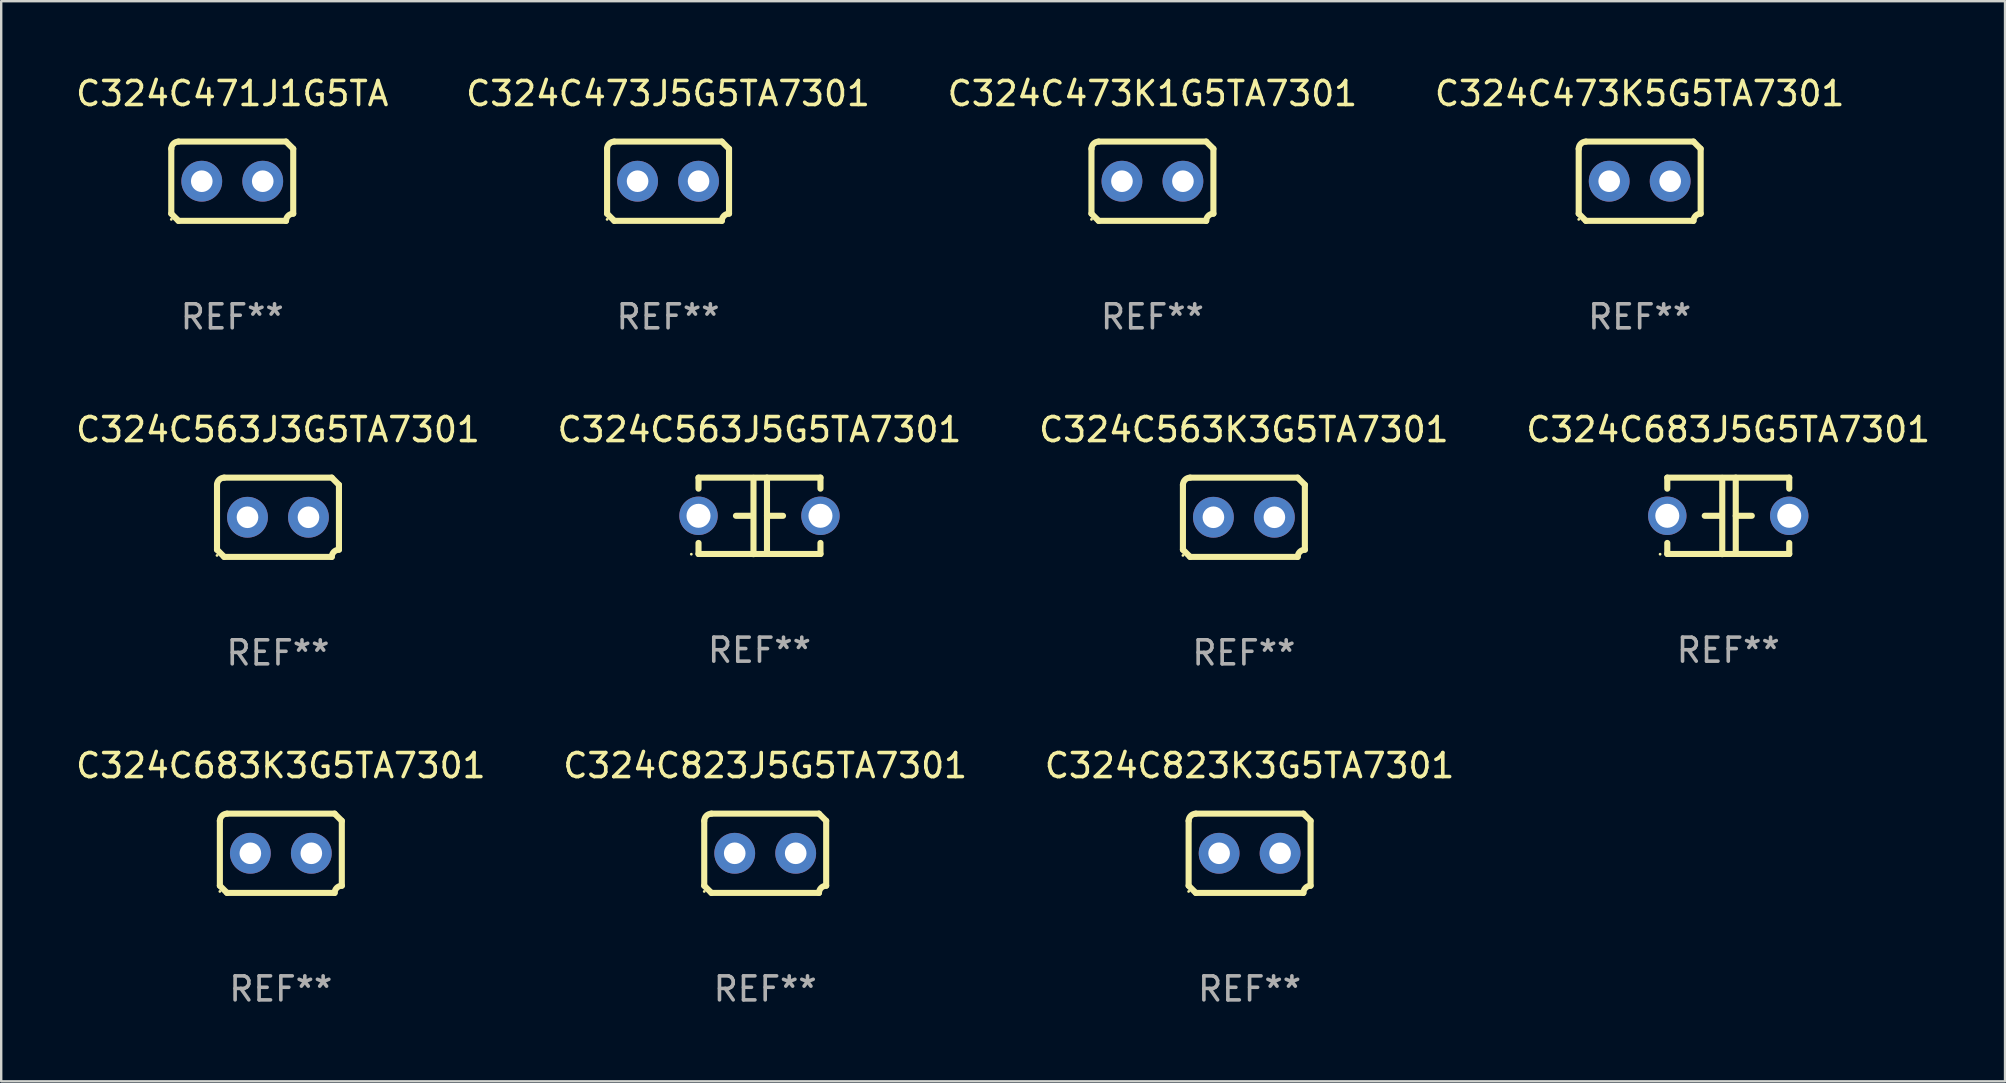
<source format=kicad_pcb>
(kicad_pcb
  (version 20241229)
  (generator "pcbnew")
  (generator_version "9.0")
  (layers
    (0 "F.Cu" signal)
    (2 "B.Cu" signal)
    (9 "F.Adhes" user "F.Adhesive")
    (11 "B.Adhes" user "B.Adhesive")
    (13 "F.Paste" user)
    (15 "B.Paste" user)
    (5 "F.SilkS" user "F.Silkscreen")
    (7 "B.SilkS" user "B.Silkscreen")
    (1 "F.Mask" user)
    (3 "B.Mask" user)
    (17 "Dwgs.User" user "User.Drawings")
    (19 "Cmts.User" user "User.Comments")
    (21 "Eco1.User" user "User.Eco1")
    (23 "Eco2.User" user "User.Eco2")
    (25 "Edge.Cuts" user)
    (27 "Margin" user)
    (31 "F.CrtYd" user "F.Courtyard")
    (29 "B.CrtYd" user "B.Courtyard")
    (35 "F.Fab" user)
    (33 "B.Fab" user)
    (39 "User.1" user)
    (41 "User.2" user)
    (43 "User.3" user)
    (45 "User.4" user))
  (footprint "C324C683J5G5TA7301"
    (layer "F.Cu")
    (at 68.946 18.442)
    (property "Reference" "C324C683J5G5TA7301" (at 0 -3.595 0) (layer "F.SilkS") (effects (font (size 1 1) (thickness 0.15))))
    (attr through_hole)
    (fp_line (start -2.54 -1.595) (end -2.54 -1.136) (stroke (width 0.254) (type solid)) (layer "F.SilkS"))
    (fp_line (start -2.54 -1.595) (end 2.54 -1.595) (stroke (width 0.254) (type solid)) (layer "F.SilkS"))
    (fp_line (start -2.54 1.126) (end -2.54 1.585) (stroke (width 0.254) (type solid)) (layer "F.SilkS"))
    (fp_line (start -0.312 -0.005) (end -0.98 -0.005) (stroke (width 0.254) (type solid)) (layer "F.SilkS"))
    (fp_line (start -0.25 -1.585) (end -0.25 1.595) (stroke (width 0.254) (type solid)) (layer "F.SilkS"))
    (fp_line (start 0.312 -1.595) (end 0.312 1.585) (stroke (width 0.254) (type solid)) (layer "F.SilkS"))
    (fp_line (start 0.312 -0.005) (end 0.98 -0.005) (stroke (width 0.254) (type solid)) (layer "F.SilkS"))
    (fp_line (start 2.54 -1.595) (end 2.54 -1.136) (stroke (width 0.254) (type solid)) (layer "F.SilkS"))
    (fp_line (start 2.54 1.126) (end 2.54 1.585) (stroke (width 0.254) (type solid)) (layer "F.SilkS"))
    (fp_line (start 2.54 1.585) (end -2.54 1.585) (stroke (width 0.254) (type solid)) (layer "F.SilkS"))
    (fp_circle (center -2.84 1.595) (end -2.81 1.595) (stroke (width 0.06) (type solid)) (fill no) (layer "F.SilkS"))
    (fp_text user "REF**" (at 0 5.595 0) (layer "F.Fab") (effects (font (size 1 1) (thickness 0.15))))
    (pad "1" thru_hole circle (at -2.54 -0.005) (size 1.6 1.6) (drill 1) (layers "*.Cu" "*.Mask"))
    (pad "2" thru_hole circle (at 2.54 -0.005) (size 1.6 1.6) (drill 1) (layers "*.Cu" "*.Mask")))
  (footprint "C324C823J5G5TA7301"
    (layer "F.Cu")
    (at 28.827 32.496)
    (property "Reference" "C324C823J5G5TA7301" (at 0 -3.651 0) (layer "F.SilkS") (effects (font (size 1 1) (thickness 0.15))))
    (attr through_hole)
    (fp_line (start -2.54 -1.351) (end -2.54 1.351) (stroke (width 0.254) (type solid)) (layer "F.SilkS"))
    (fp_line (start -2.24 -1.651) (end 2.24 -1.651) (stroke (width 0.254) (type solid)) (layer "F.SilkS"))
    (fp_line (start 2.24 1.651) (end -2.24 1.651) (stroke (width 0.254) (type solid)) (layer "F.SilkS"))
    (fp_line (start 2.54 1.351) (end 2.54 -1.351) (stroke (width 0.254) (type solid)) (layer "F.SilkS"))
    (fp_arc (start -2.540005 -1.351283) (mid -2.450115 -1.561309) (end -2.240005 -1.651003) (stroke (width 0.254001) (type solid)) (layer "F.SilkS"))
    (fp_arc (start -2.240287 1.651001) (mid -2.390163 1.501019) (end -2.540005 1.351003) (stroke (width 0.254001) (type solid)) (layer "F.SilkS"))
    (fp_arc (start 2.240005 1.651003) (mid 2.329934 1.441015) (end 2.540005 1.351282) (stroke (width 0.254001) (type solid)) (layer "F.SilkS"))
    (fp_arc (start 2.540005 -1.351003) (mid 2.389393 -1.500252) (end 2.240284 -1.651003) (stroke (width 0.254001) (type solid)) (layer "F.SilkS"))
    (fp_circle (center -2.54 1.59) (end -2.51 1.59) (stroke (width 0.06) (type solid)) (fill no) (layer "F.SilkS"))
    (fp_text user "REF**" (at 0 5.651 0) (layer "F.Fab") (effects (font (size 1 1) (thickness 0.15))))
    (pad "1" thru_hole circle (at -1.27 0) (size 1.7 1.7) (drill 0.9) (layers "*.Cu" "*.Mask"))
    (pad "2" thru_hole circle (at 1.27 0) (size 1.7 1.7) (drill 0.9) (layers "*.Cu" "*.Mask")))
  (footprint "C324C471J1G5TA"
    (layer "F.Cu")
    (at 6.625 4.499)
    (property "Reference" "C324C471J1G5TA" (at 0 -3.651 0) (layer "F.SilkS") (effects (font (size 1 1) (thickness 0.15))))
    (attr through_hole)
    (fp_line (start -2.54 -1.351) (end -2.54 1.351) (stroke (width 0.254) (type solid)) (layer "F.SilkS"))
    (fp_line (start -2.24 -1.651) (end 2.24 -1.651) (stroke (width 0.254) (type solid)) (layer "F.SilkS"))
    (fp_line (start 2.24 1.651) (end -2.24 1.651) (stroke (width 0.254) (type solid)) (layer "F.SilkS"))
    (fp_line (start 2.54 1.351) (end 2.54 -1.351) (stroke (width 0.254) (type solid)) (layer "F.SilkS"))
    (fp_arc (start -2.540005 -1.351283) (mid -2.450115 -1.561309) (end -2.240005 -1.651003) (stroke (width 0.254001) (type solid)) (layer "F.SilkS"))
    (fp_arc (start -2.240287 1.651001) (mid -2.390163 1.501019) (end -2.540005 1.351003) (stroke (width 0.254001) (type solid)) (layer "F.SilkS"))
    (fp_arc (start 2.240005 1.651003) (mid 2.329934 1.441015) (end 2.540005 1.351282) (stroke (width 0.254001) (type solid)) (layer "F.SilkS"))
    (fp_arc (start 2.540005 -1.351003) (mid 2.389393 -1.500252) (end 2.240284 -1.651003) (stroke (width 0.254001) (type solid)) (layer "F.SilkS"))
    (fp_circle (center -2.54 1.59) (end -2.51 1.59) (stroke (width 0.06) (type solid)) (fill no) (layer "F.SilkS"))
    (fp_text user "REF**" (at 0 5.651 0) (layer "F.Fab") (effects (font (size 1 1) (thickness 0.15))))
    (pad "1" thru_hole circle (at -1.27 0) (size 1.7 1.7) (drill 0.9) (layers "*.Cu" "*.Mask"))
    (pad "2" thru_hole circle (at 1.27 0) (size 1.7 1.7) (drill 0.9) (layers "*.Cu" "*.Mask")))
  (footprint "C324C473K5G5TA7301"
    (layer "F.Cu")
    (at 65.256 4.499)
    (property "Reference" "C324C473K5G5TA7301" (at 0 -3.651 0) (layer "F.SilkS") (effects (font (size 1 1) (thickness 0.15))))
    (attr through_hole)
    (fp_line (start -2.54 -1.351) (end -2.54 1.351) (stroke (width 0.254) (type solid)) (layer "F.SilkS"))
    (fp_line (start -2.24 -1.651) (end 2.24 -1.651) (stroke (width 0.254) (type solid)) (layer "F.SilkS"))
    (fp_line (start 2.24 1.651) (end -2.24 1.651) (stroke (width 0.254) (type solid)) (layer "F.SilkS"))
    (fp_line (start 2.54 1.351) (end 2.54 -1.351) (stroke (width 0.254) (type solid)) (layer "F.SilkS"))
    (fp_arc (start -2.540005 -1.351283) (mid -2.450115 -1.561309) (end -2.240005 -1.651003) (stroke (width 0.254001) (type solid)) (layer "F.SilkS"))
    (fp_arc (start -2.240287 1.651001) (mid -2.390163 1.501019) (end -2.540005 1.351003) (stroke (width 0.254001) (type solid)) (layer "F.SilkS"))
    (fp_arc (start 2.240005 1.651003) (mid 2.329934 1.441015) (end 2.540005 1.351282) (stroke (width 0.254001) (type solid)) (layer "F.SilkS"))
    (fp_arc (start 2.540005 -1.351003) (mid 2.389393 -1.500252) (end 2.240284 -1.651003) (stroke (width 0.254001) (type solid)) (layer "F.SilkS"))
    (fp_circle (center -2.54 1.59) (end -2.51 1.59) (stroke (width 0.06) (type solid)) (fill no) (layer "F.SilkS"))
    (fp_text user "REF**" (at 0 5.651 0) (layer "F.Fab") (effects (font (size 1 1) (thickness 0.15))))
    (pad "1" thru_hole circle (at -1.27 0) (size 1.7 1.7) (drill 0.9) (layers "*.Cu" "*.Mask"))
    (pad "2" thru_hole circle (at 1.27 0) (size 1.7 1.7) (drill 0.9) (layers "*.Cu" "*.Mask")))
  (footprint "C324C563J5G5TA7301"
    (layer "F.Cu")
    (at 28.589 18.442)
    (property "Reference" "C324C563J5G5TA7301" (at 0 -3.595 0) (layer "F.SilkS") (effects (font (size 1 1) (thickness 0.15))))
    (attr through_hole)
    (fp_line (start -2.54 -1.595) (end -2.54 -1.136) (stroke (width 0.254) (type solid)) (layer "F.SilkS"))
    (fp_line (start -2.54 -1.595) (end 2.54 -1.595) (stroke (width 0.254) (type solid)) (layer "F.SilkS"))
    (fp_line (start -2.54 1.126) (end -2.54 1.585) (stroke (width 0.254) (type solid)) (layer "F.SilkS"))
    (fp_line (start -0.312 -0.005) (end -0.98 -0.005) (stroke (width 0.254) (type solid)) (layer "F.SilkS"))
    (fp_line (start -0.25 -1.585) (end -0.25 1.595) (stroke (width 0.254) (type solid)) (layer "F.SilkS"))
    (fp_line (start 0.312 -1.595) (end 0.312 1.585) (stroke (width 0.254) (type solid)) (layer "F.SilkS"))
    (fp_line (start 0.312 -0.005) (end 0.98 -0.005) (stroke (width 0.254) (type solid)) (layer "F.SilkS"))
    (fp_line (start 2.54 -1.595) (end 2.54 -1.136) (stroke (width 0.254) (type solid)) (layer "F.SilkS"))
    (fp_line (start 2.54 1.126) (end 2.54 1.585) (stroke (width 0.254) (type solid)) (layer "F.SilkS"))
    (fp_line (start 2.54 1.585) (end -2.54 1.585) (stroke (width 0.254) (type solid)) (layer "F.SilkS"))
    (fp_circle (center -2.84 1.595) (end -2.81 1.595) (stroke (width 0.06) (type solid)) (fill no) (layer "F.SilkS"))
    (fp_text user "REF**" (at 0 5.595 0) (layer "F.Fab") (effects (font (size 1 1) (thickness 0.15))))
    (pad "1" thru_hole circle (at -2.54 -0.005) (size 1.6 1.6) (drill 1) (layers "*.Cu" "*.Mask"))
    (pad "2" thru_hole circle (at 2.54 -0.005) (size 1.6 1.6) (drill 1) (layers "*.Cu" "*.Mask")))
  (footprint "C324C683K3G5TA7301"
    (layer "F.Cu")
    (at 8.649 32.496)
    (property "Reference" "C324C683K3G5TA7301" (at 0 -3.651 0) (layer "F.SilkS") (effects (font (size 1 1) (thickness 0.15))))
    (attr through_hole)
    (fp_line (start -2.54 -1.351) (end -2.54 1.351) (stroke (width 0.254) (type solid)) (layer "F.SilkS"))
    (fp_line (start -2.24 -1.651) (end 2.24 -1.651) (stroke (width 0.254) (type solid)) (layer "F.SilkS"))
    (fp_line (start 2.24 1.651) (end -2.24 1.651) (stroke (width 0.254) (type solid)) (layer "F.SilkS"))
    (fp_line (start 2.54 1.351) (end 2.54 -1.351) (stroke (width 0.254) (type solid)) (layer "F.SilkS"))
    (fp_arc (start -2.540005 -1.351283) (mid -2.450115 -1.561309) (end -2.240005 -1.651003) (stroke (width 0.254001) (type solid)) (layer "F.SilkS"))
    (fp_arc (start -2.240287 1.651001) (mid -2.390163 1.501019) (end -2.540005 1.351003) (stroke (width 0.254001) (type solid)) (layer "F.SilkS"))
    (fp_arc (start 2.240005 1.651003) (mid 2.329934 1.441015) (end 2.540005 1.351282) (stroke (width 0.254001) (type solid)) (layer "F.SilkS"))
    (fp_arc (start 2.540005 -1.351003) (mid 2.389393 -1.500252) (end 2.240284 -1.651003) (stroke (width 0.254001) (type solid)) (layer "F.SilkS"))
    (fp_circle (center -2.54 1.59) (end -2.51 1.59) (stroke (width 0.06) (type solid)) (fill no) (layer "F.SilkS"))
    (fp_text user "REF**" (at 0 5.651 0) (layer "F.Fab") (effects (font (size 1 1) (thickness 0.15))))
    (pad "1" thru_hole circle (at -1.27 0) (size 1.7 1.7) (drill 0.9) (layers "*.Cu" "*.Mask"))
    (pad "2" thru_hole circle (at 1.27 0) (size 1.7 1.7) (drill 0.9) (layers "*.Cu" "*.Mask")))
  (footprint "C324C823K3G5TA7301"
    (layer "F.Cu")
    (at 49.006 32.496)
    (property "Reference" "C324C823K3G5TA7301" (at 0 -3.651 0) (layer "F.SilkS") (effects (font (size 1 1) (thickness 0.15))))
    (attr through_hole)
    (fp_line (start -2.54 -1.351) (end -2.54 1.351) (stroke (width 0.254) (type solid)) (layer "F.SilkS"))
    (fp_line (start -2.24 -1.651) (end 2.24 -1.651) (stroke (width 0.254) (type solid)) (layer "F.SilkS"))
    (fp_line (start 2.24 1.651) (end -2.24 1.651) (stroke (width 0.254) (type solid)) (layer "F.SilkS"))
    (fp_line (start 2.54 1.351) (end 2.54 -1.351) (stroke (width 0.254) (type solid)) (layer "F.SilkS"))
    (fp_arc (start -2.540005 -1.351283) (mid -2.450115 -1.561309) (end -2.240005 -1.651003) (stroke (width 0.254001) (type solid)) (layer "F.SilkS"))
    (fp_arc (start -2.240287 1.651001) (mid -2.390163 1.501019) (end -2.540005 1.351003) (stroke (width 0.254001) (type solid)) (layer "F.SilkS"))
    (fp_arc (start 2.240005 1.651003) (mid 2.329934 1.441015) (end 2.540005 1.351282) (stroke (width 0.254001) (type solid)) (layer "F.SilkS"))
    (fp_arc (start 2.540005 -1.351003) (mid 2.389393 -1.500252) (end 2.240284 -1.651003) (stroke (width 0.254001) (type solid)) (layer "F.SilkS"))
    (fp_circle (center -2.54 1.59) (end -2.51 1.59) (stroke (width 0.06) (type solid)) (fill no) (layer "F.SilkS"))
    (fp_text user "REF**" (at 0 5.651 0) (layer "F.Fab") (effects (font (size 1 1) (thickness 0.15))))
    (pad "1" thru_hole circle (at -1.27 0) (size 1.7 1.7) (drill 0.9) (layers "*.Cu" "*.Mask"))
    (pad "2" thru_hole circle (at 1.27 0) (size 1.7 1.7) (drill 0.9) (layers "*.Cu" "*.Mask")))
  (footprint "C324C473K1G5TA7301"
    (layer "F.Cu")
    (at 44.958 4.499)
    (property "Reference" "C324C473K1G5TA7301" (at 0 -3.651 0) (layer "F.SilkS") (effects (font (size 1 1) (thickness 0.15))))
    (attr through_hole)
    (fp_line (start -2.54 -1.351) (end -2.54 1.351) (stroke (width 0.254) (type solid)) (layer "F.SilkS"))
    (fp_line (start -2.24 -1.651) (end 2.24 -1.651) (stroke (width 0.254) (type solid)) (layer "F.SilkS"))
    (fp_line (start 2.24 1.651) (end -2.24 1.651) (stroke (width 0.254) (type solid)) (layer "F.SilkS"))
    (fp_line (start 2.54 1.351) (end 2.54 -1.351) (stroke (width 0.254) (type solid)) (layer "F.SilkS"))
    (fp_arc (start -2.540005 -1.351283) (mid -2.450115 -1.561309) (end -2.240005 -1.651003) (stroke (width 0.254001) (type solid)) (layer "F.SilkS"))
    (fp_arc (start -2.240287 1.651001) (mid -2.390163 1.501019) (end -2.540005 1.351003) (stroke (width 0.254001) (type solid)) (layer "F.SilkS"))
    (fp_arc (start 2.240005 1.651003) (mid 2.329934 1.441015) (end 2.540005 1.351282) (stroke (width 0.254001) (type solid)) (layer "F.SilkS"))
    (fp_arc (start 2.540005 -1.351003) (mid 2.389393 -1.500252) (end 2.240284 -1.651003) (stroke (width 0.254001) (type solid)) (layer "F.SilkS"))
    (fp_circle (center -2.54 1.59) (end -2.51 1.59) (stroke (width 0.06) (type solid)) (fill no) (layer "F.SilkS"))
    (fp_text user "REF**" (at 0 5.651 0) (layer "F.Fab") (effects (font (size 1 1) (thickness 0.15))))
    (pad "1" thru_hole circle (at -1.27 0) (size 1.7 1.7) (drill 0.9) (layers "*.Cu" "*.Mask"))
    (pad "2" thru_hole circle (at 1.27 0) (size 1.7 1.7) (drill 0.9) (layers "*.Cu" "*.Mask")))
  (footprint "C324C473J5G5TA7301"
    (layer "F.Cu")
    (at 24.78 4.499)
    (property "Reference" "C324C473J5G5TA7301" (at 0 -3.651 0) (layer "F.SilkS") (effects (font (size 1 1) (thickness 0.15))))
    (attr through_hole)
    (fp_line (start -2.54 -1.351) (end -2.54 1.351) (stroke (width 0.254) (type solid)) (layer "F.SilkS"))
    (fp_line (start -2.24 -1.651) (end 2.24 -1.651) (stroke (width 0.254) (type solid)) (layer "F.SilkS"))
    (fp_line (start 2.24 1.651) (end -2.24 1.651) (stroke (width 0.254) (type solid)) (layer "F.SilkS"))
    (fp_line (start 2.54 1.351) (end 2.54 -1.351) (stroke (width 0.254) (type solid)) (layer "F.SilkS"))
    (fp_arc (start -2.540005 -1.351283) (mid -2.450115 -1.561309) (end -2.240005 -1.651003) (stroke (width 0.254001) (type solid)) (layer "F.SilkS"))
    (fp_arc (start -2.240287 1.651001) (mid -2.390163 1.501019) (end -2.540005 1.351003) (stroke (width 0.254001) (type solid)) (layer "F.SilkS"))
    (fp_arc (start 2.240005 1.651003) (mid 2.329934 1.441015) (end 2.540005 1.351282) (stroke (width 0.254001) (type solid)) (layer "F.SilkS"))
    (fp_arc (start 2.540005 -1.351003) (mid 2.389393 -1.500252) (end 2.240284 -1.651003) (stroke (width 0.254001) (type solid)) (layer "F.SilkS"))
    (fp_circle (center -2.54 1.59) (end -2.51 1.59) (stroke (width 0.06) (type solid)) (fill no) (layer "F.SilkS"))
    (fp_text user "REF**" (at 0 5.651 0) (layer "F.Fab") (effects (font (size 1 1) (thickness 0.15))))
    (pad "1" thru_hole circle (at -1.27 0) (size 1.7 1.7) (drill 0.9) (layers "*.Cu" "*.Mask"))
    (pad "2" thru_hole circle (at 1.27 0) (size 1.7 1.7) (drill 0.9) (layers "*.Cu" "*.Mask")))
  (footprint "C324C563J3G5TA7301"
    (layer "F.Cu")
    (at 8.53 18.498)
    (property "Reference" "C324C563J3G5TA7301" (at 0 -3.651 0) (layer "F.SilkS") (effects (font (size 1 1) (thickness 0.15))))
    (attr through_hole)
    (fp_line (start -2.54 -1.351) (end -2.54 1.351) (stroke (width 0.254) (type solid)) (layer "F.SilkS"))
    (fp_line (start -2.24 -1.651) (end 2.24 -1.651) (stroke (width 0.254) (type solid)) (layer "F.SilkS"))
    (fp_line (start 2.24 1.651) (end -2.24 1.651) (stroke (width 0.254) (type solid)) (layer "F.SilkS"))
    (fp_line (start 2.54 1.351) (end 2.54 -1.351) (stroke (width 0.254) (type solid)) (layer "F.SilkS"))
    (fp_arc (start -2.540005 -1.351283) (mid -2.450115 -1.561309) (end -2.240005 -1.651003) (stroke (width 0.254001) (type solid)) (layer "F.SilkS"))
    (fp_arc (start -2.240287 1.651001) (mid -2.390163 1.501019) (end -2.540005 1.351003) (stroke (width 0.254001) (type solid)) (layer "F.SilkS"))
    (fp_arc (start 2.240005 1.651003) (mid 2.329934 1.441015) (end 2.540005 1.351282) (stroke (width 0.254001) (type solid)) (layer "F.SilkS"))
    (fp_arc (start 2.540005 -1.351003) (mid 2.389393 -1.500252) (end 2.240284 -1.651003) (stroke (width 0.254001) (type solid)) (layer "F.SilkS"))
    (fp_circle (center -2.54 1.59) (end -2.51 1.59) (stroke (width 0.06) (type solid)) (fill no) (layer "F.SilkS"))
    (fp_text user "REF**" (at 0 5.651 0) (layer "F.Fab") (effects (font (size 1 1) (thickness 0.15))))
    (pad "1" thru_hole circle (at -1.27 0) (size 1.7 1.7) (drill 0.9) (layers "*.Cu" "*.Mask"))
    (pad "2" thru_hole circle (at 1.27 0) (size 1.7 1.7) (drill 0.9) (layers "*.Cu" "*.Mask")))
  (footprint "C324C563K3G5TA7301"
    (layer "F.Cu")
    (at 48.768 18.498)
    (property "Reference" "C324C563K3G5TA7301" (at 0 -3.651 0) (layer "F.SilkS") (effects (font (size 1 1) (thickness 0.15))))
    (attr through_hole)
    (fp_line (start -2.54 -1.351) (end -2.54 1.351) (stroke (width 0.254) (type solid)) (layer "F.SilkS"))
    (fp_line (start -2.24 -1.651) (end 2.24 -1.651) (stroke (width 0.254) (type solid)) (layer "F.SilkS"))
    (fp_line (start 2.24 1.651) (end -2.24 1.651) (stroke (width 0.254) (type solid)) (layer "F.SilkS"))
    (fp_line (start 2.54 1.351) (end 2.54 -1.351) (stroke (width 0.254) (type solid)) (layer "F.SilkS"))
    (fp_arc (start -2.540005 -1.351283) (mid -2.450115 -1.561309) (end -2.240005 -1.651003) (stroke (width 0.254001) (type solid)) (layer "F.SilkS"))
    (fp_arc (start -2.240287 1.651001) (mid -2.390163 1.501019) (end -2.540005 1.351003) (stroke (width 0.254001) (type solid)) (layer "F.SilkS"))
    (fp_arc (start 2.240005 1.651003) (mid 2.329934 1.441015) (end 2.540005 1.351282) (stroke (width 0.254001) (type solid)) (layer "F.SilkS"))
    (fp_arc (start 2.540005 -1.351003) (mid 2.389393 -1.500252) (end 2.240284 -1.651003) (stroke (width 0.254001) (type solid)) (layer "F.SilkS"))
    (fp_circle (center -2.54 1.59) (end -2.51 1.59) (stroke (width 0.06) (type solid)) (fill no) (layer "F.SilkS"))
    (fp_text user "REF**" (at 0 5.651 0) (layer "F.Fab") (effects (font (size 1 1) (thickness 0.15))))
    (pad "1" thru_hole circle (at -1.27 0) (size 1.7 1.7) (drill 0.9) (layers "*.Cu" "*.Mask"))
    (pad "2" thru_hole circle (at 1.27 0) (size 1.7 1.7) (drill 0.9) (layers "*.Cu" "*.Mask")))
  (gr_rect
    (start -3 -3)
    (end 80.476 41.996)
    (stroke (width 0.1) (type default))
    (fill no)
    (layer "Edge.Cuts")))
</source>
